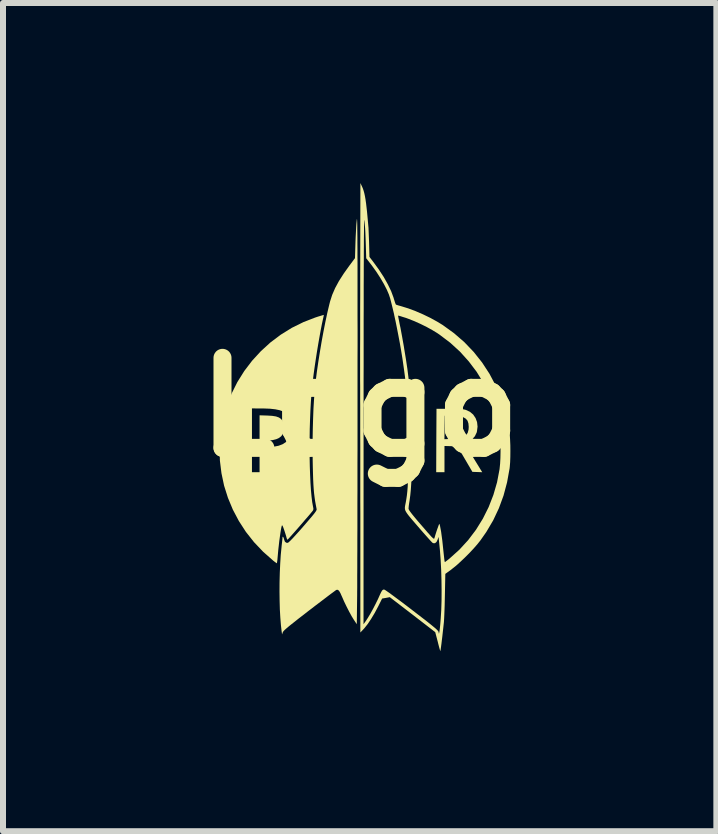
<source format=kicad_pcb>
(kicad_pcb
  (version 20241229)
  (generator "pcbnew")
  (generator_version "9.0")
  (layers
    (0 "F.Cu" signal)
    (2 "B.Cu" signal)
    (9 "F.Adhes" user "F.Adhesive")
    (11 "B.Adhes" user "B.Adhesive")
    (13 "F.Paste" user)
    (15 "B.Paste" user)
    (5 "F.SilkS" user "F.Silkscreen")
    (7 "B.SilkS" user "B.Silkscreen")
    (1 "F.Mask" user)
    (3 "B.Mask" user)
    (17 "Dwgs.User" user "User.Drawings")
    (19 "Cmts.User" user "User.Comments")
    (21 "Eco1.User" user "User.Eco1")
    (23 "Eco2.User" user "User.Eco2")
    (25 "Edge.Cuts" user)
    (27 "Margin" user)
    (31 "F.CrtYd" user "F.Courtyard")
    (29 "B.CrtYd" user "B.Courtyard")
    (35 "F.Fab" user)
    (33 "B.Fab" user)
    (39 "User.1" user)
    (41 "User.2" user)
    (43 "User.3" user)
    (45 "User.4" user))
  (footprint "Logo"
    (layer "F.Cu")
    (at 2.943 3.734)
    (property "Reference" "Logo" (at 0 0 0) (layer "F.SilkS") (effects (font (size 1.5 1.5) (thickness 0.3))))
    (attr board_only exclude_from_pos_files exclude_from_bom)
    (fp_poly (pts (xy -1.538 0.14) (xy -1.457 0.145) (xy -1.394 0.155) (xy -1.346 0.172) (xy -1.311 0.196) (xy -1.287 0.226) (xy -1.264 0.281) (xy -1.257 0.341) (xy -1.264 0.4) (xy -1.285 0.454) (xy -1.31 0.487) (xy -1.346 0.514) (xy -1.39 0.534) (xy -1.446 0.548) (xy -1.518 0.557) (xy -1.553 0.56) (xy -1.668 0.566) (xy -1.668 0.351) (xy -1.668 0.136)) (stroke (width 0) (type solid)) (fill yes) (layer "F.SilkS"))
    (fp_poly (pts (xy 1.493 0.027) (xy 1.57 0.027) (xy 1.63 0.028) (xy 1.677 0.031) (xy 1.713 0.034) (xy 1.742 0.039) (xy 1.769 0.046) (xy 1.769 0.046) (xy 1.836 0.077) (xy 1.891 0.123) (xy 1.931 0.182) (xy 1.956 0.25) (xy 1.964 0.325) (xy 1.954 0.404) (xy 1.95 0.421) (xy 1.92 0.484) (xy 1.871 0.539) (xy 1.809 0.582) (xy 1.753 0.612) (xy 1.876 0.813) (xy 1.913 0.874) (xy 1.948 0.931) (xy 1.978 0.98) (xy 2.002 1.019) (xy 2.017 1.044) (xy 2.021 1.05) (xy 2.042 1.084) (xy 1.96 1.081) (xy 1.878 1.078) (xy 1.754 0.866) (xy 1.629 0.653) (xy 1.521 0.65) (xy 1.413 0.647) (xy 1.413 0.865) (xy 1.413 1.084) (xy 1.344 1.084) (xy 1.275 1.084) (xy 1.277 0.555) (xy 1.277 0.534) (xy 1.412 0.534) (xy 1.548 0.529) (xy 1.606 0.527) (xy 1.648 0.524) (xy 1.679 0.52) (xy 1.702 0.513) (xy 1.724 0.503) (xy 1.731 0.499) (xy 1.773 0.467) (xy 1.8 0.427) (xy 1.814 0.375) (xy 1.817 0.329) (xy 1.812 0.272) (xy 1.797 0.226) (xy 1.769 0.193) (xy 1.728 0.169) (xy 1.67 0.153) (xy 1.595 0.146) (xy 1.546 0.145) (xy 1.418 0.143) (xy 1.415 0.339) (xy 1.412 0.534) (xy 1.277 0.534) (xy 1.28 0.027)) (stroke (width 0) (type solid)) (fill yes) (layer "F.SilkS"))
    (fp_poly (pts (xy -0.599 -1.526) (xy -0.604 -1.5) (xy -0.612 -1.466) (xy -0.629 -1.387) (xy -0.648 -1.29) (xy -0.668 -1.18) (xy -0.689 -1.061) (xy -0.71 -0.935) (xy -0.73 -0.807) (xy -0.749 -0.68) (xy -0.766 -0.559) (xy -0.78 -0.447) (xy -0.791 -0.356) (xy -0.803 -0.229) (xy -0.813 -0.091) (xy -0.821 0.055) (xy -0.827 0.208) (xy -0.832 0.365) (xy -0.834 0.523) (xy -0.835 0.681) (xy -0.834 0.836) (xy -0.831 0.986) (xy -0.826 1.129) (xy -0.82 1.262) (xy -0.812 1.384) (xy -0.802 1.491) (xy -0.791 1.582) (xy -0.778 1.654) (xy -0.776 1.663) (xy -0.771 1.694) (xy -0.775 1.716) (xy -0.784 1.729) (xy -0.801 1.75) (xy -0.828 1.783) (xy -0.863 1.824) (xy -0.905 1.872) (xy -0.95 1.925) (xy -0.997 1.979) (xy -1.044 2.033) (xy -1.088 2.083) (xy -1.128 2.128) (xy -1.162 2.166) (xy -1.187 2.193) (xy -1.201 2.207) (xy -1.203 2.209) (xy -1.21 2.2) (xy -1.217 2.18) (xy -1.223 2.158) (xy -1.234 2.121) (xy -1.248 2.077) (xy -1.256 2.052) (xy -1.272 2.007) (xy -1.284 1.979) (xy -1.291 1.969) (xy -1.297 1.973) (xy -1.297 1.974) (xy -1.304 1.999) (xy -1.312 2.041) (xy -1.321 2.097) (xy -1.33 2.162) (xy -1.34 2.233) (xy -1.348 2.306) (xy -1.356 2.376) (xy -1.362 2.44) (xy -1.362 2.443) (xy -1.367 2.498) (xy -1.371 2.545) (xy -1.376 2.58) (xy -1.379 2.599) (xy -1.38 2.602) (xy -1.391 2.595) (xy -1.413 2.579) (xy -1.439 2.559) (xy -1.608 2.41) (xy -1.76 2.25) (xy -1.896 2.078) (xy -2.013 1.897) (xy -2.113 1.708) (xy -2.195 1.511) (xy -2.259 1.309) (xy -2.303 1.101) (xy -2.329 0.89) (xy -2.334 0.677) (xy -2.32 0.462) (xy -2.286 0.247) (xy -2.231 0.033) (xy -2.227 0.021) (xy -1.795 0.021) (xy -1.795 0.552) (xy -1.795 1.084) (xy -1.732 1.084) (xy -1.668 1.084) (xy -1.668 0.878) (xy -1.668 0.672) (xy -1.532 0.667) (xy -1.433 0.659) (xy -1.351 0.643) (xy -1.285 0.618) (xy -1.232 0.584) (xy -1.189 0.538) (xy -1.163 0.498) (xy -1.148 0.47) (xy -1.139 0.445) (xy -1.134 0.418) (xy -1.132 0.382) (xy -1.131 0.335) (xy -1.132 0.283) (xy -1.135 0.247) (xy -1.14 0.22) (xy -1.15 0.197) (xy -1.158 0.181) (xy -1.188 0.137) (xy -1.226 0.1) (xy -1.274 0.072) (xy -1.333 0.051) (xy -1.405 0.036) (xy -1.494 0.026) (xy -1.6 0.022) (xy -1.649 0.022) (xy -1.795 0.021) (xy -2.227 0.021) (xy -2.214 -0.02) (xy -2.135 -0.224) (xy -2.038 -0.418) (xy -1.923 -0.602) (xy -1.792 -0.774) (xy -1.646 -0.933) (xy -1.487 -1.078) (xy -1.314 -1.208) (xy -1.13 -1.322) (xy -0.935 -1.418) (xy -0.744 -1.492) (xy -0.693 -1.509) (xy -0.649 -1.522) (xy -0.617 -1.532) (xy -0.6 -1.537) (xy -0.598 -1.537)) (stroke (width 0) (type solid)) (fill yes) (layer "F.SilkS"))
    (fp_poly (pts (xy -0.044 -3.128) (xy -0.043 -3.115) (xy -0.042 -3.093) (xy -0.041 -3.061) (xy -0.04 -3.02) (xy -0.04 -2.968) (xy -0.039 -2.905) (xy -0.038 -2.829) (xy -0.038 -2.742) (xy -0.037 -2.641) (xy -0.037 -2.526) (xy -0.036 -2.397) (xy -0.036 -2.253) (xy -0.036 -2.094) (xy -0.036 -1.917) (xy -0.036 -1.724) (xy -0.036 -1.513) (xy -0.035 -1.284) (xy -0.035 -1.036) (xy -0.036 -0.768) (xy -0.036 -0.481) (xy -0.036 -0.297) (xy -0.036 -0.043) (xy -0.036 0.21) (xy -0.036 0.459) (xy -0.036 0.704) (xy -0.037 0.943) (xy -0.037 1.176) (xy -0.037 1.401) (xy -0.038 1.618) (xy -0.038 1.825) (xy -0.038 2.021) (xy -0.039 2.206) (xy -0.039 2.377) (xy -0.04 2.535) (xy -0.04 2.678) (xy -0.041 2.804) (xy -0.041 2.914) (xy -0.041 3.006) (xy -0.042 3.078) (xy -0.042 3.129) (xy -0.048 3.617) (xy -0.097 3.543) (xy -0.134 3.483) (xy -0.175 3.408) (xy -0.218 3.324) (xy -0.26 3.237) (xy -0.297 3.152) (xy -0.298 3.151) (xy -0.321 3.099) (xy -0.34 3.066) (xy -0.357 3.048) (xy -0.374 3.042) (xy -0.39 3.046) (xy -0.402 3.054) (xy -0.429 3.074) (xy -0.47 3.104) (xy -0.522 3.143) (xy -0.585 3.191) (xy -0.656 3.245) (xy -0.734 3.304) (xy -0.817 3.368) (xy -0.841 3.386) (xy -0.94 3.463) (xy -1.023 3.527) (xy -1.092 3.582) (xy -1.148 3.626) (xy -1.192 3.662) (xy -1.226 3.691) (xy -1.251 3.713) (xy -1.267 3.73) (xy -1.277 3.743) (xy -1.282 3.753) (xy -1.293 3.787) (xy -1.3 3.739) (xy -1.312 3.634) (xy -1.322 3.51) (xy -1.33 3.373) (xy -1.334 3.226) (xy -1.336 3.072) (xy -1.335 2.915) (xy -1.331 2.759) (xy -1.324 2.607) (xy -1.315 2.463) (xy -1.302 2.331) (xy -1.301 2.317) (xy -1.295 2.265) (xy -1.29 2.22) (xy -1.287 2.187) (xy -1.286 2.17) (xy -1.286 2.169) (xy -1.282 2.158) (xy -1.275 2.163) (xy -1.266 2.18) (xy -1.26 2.203) (xy -1.246 2.241) (xy -1.223 2.259) (xy -1.199 2.261) (xy -1.184 2.252) (xy -1.157 2.227) (xy -1.117 2.186) (xy -1.064 2.128) (xy -0.998 2.055) (xy -0.943 1.992) (xy -0.879 1.918) (xy -0.828 1.858) (xy -0.788 1.811) (xy -0.758 1.774) (xy -0.738 1.747) (xy -0.725 1.727) (xy -0.718 1.712) (xy -0.717 1.702) (xy -0.717 1.7) (xy -0.731 1.628) (xy -0.743 1.562) (xy -0.752 1.497) (xy -0.76 1.433) (xy -0.766 1.364) (xy -0.771 1.288) (xy -0.775 1.203) (xy -0.778 1.104) (xy -0.781 0.99) (xy -0.783 0.887) (xy -0.784 0.712) (xy -0.784 0.534) (xy -0.781 0.359) (xy -0.776 0.188) (xy -0.77 0.027) (xy -0.761 -0.122) (xy -0.751 -0.255) (xy -0.748 -0.292) (xy -0.733 -0.435) (xy -0.713 -0.591) (xy -0.689 -0.756) (xy -0.662 -0.926) (xy -0.633 -1.098) (xy -0.602 -1.266) (xy -0.57 -1.427) (xy -0.538 -1.577) (xy -0.506 -1.711) (xy -0.493 -1.762) (xy -0.458 -1.871) (xy -0.409 -1.984) (xy -0.345 -2.102) (xy -0.265 -2.227) (xy -0.176 -2.352) (xy -0.078 -2.483) (xy -0.07 -2.747) (xy -0.067 -2.828) (xy -0.063 -2.908) (xy -0.059 -2.984) (xy -0.055 -3.051) (xy -0.05 -3.103) (xy -0.048 -3.123) (xy -0.047 -3.132) (xy -0.045 -3.134)) (stroke (width 0) (type solid)) (fill yes) (layer "F.SilkS"))
    (fp_poly (pts (xy 0.039 -3.676) (xy 0.054 -3.641) (xy 0.066 -3.605) (xy 0.077 -3.565) (xy 0.087 -3.519) (xy 0.097 -3.462) (xy 0.107 -3.391) (xy 0.117 -3.304) (xy 0.122 -3.261) (xy 0.147 -2.987) (xy 0.156 -2.763) (xy 0.163 -2.503) (xy 0.229 -2.417) (xy 0.32 -2.292) (xy 0.401 -2.168) (xy 0.469 -2.047) (xy 0.524 -1.933) (xy 0.563 -1.828) (xy 0.568 -1.811) (xy 0.581 -1.769) (xy 0.592 -1.735) (xy 0.601 -1.714) (xy 0.603 -1.71) (xy 0.616 -1.704) (xy 0.645 -1.695) (xy 0.684 -1.684) (xy 0.701 -1.679) (xy 0.811 -1.645) (xy 0.931 -1.6) (xy 1.056 -1.546) (xy 1.18 -1.486) (xy 1.296 -1.422) (xy 1.384 -1.368) (xy 1.571 -1.233) (xy 1.743 -1.084) (xy 1.899 -0.921) (xy 2.039 -0.745) (xy 2.162 -0.557) (xy 2.268 -0.357) (xy 2.357 -0.147) (xy 2.427 0.074) (xy 2.479 0.303) (xy 2.492 0.382) (xy 2.501 0.453) (xy 2.506 0.538) (xy 2.51 0.633) (xy 2.511 0.731) (xy 2.51 0.828) (xy 2.507 0.917) (xy 2.501 0.993) (xy 2.498 1.02) (xy 2.456 1.252) (xy 2.397 1.473) (xy 2.32 1.683) (xy 2.225 1.885) (xy 2.11 2.08) (xy 2.012 2.22) (xy 1.961 2.284) (xy 1.899 2.355) (xy 1.828 2.431) (xy 1.753 2.506) (xy 1.677 2.578) (xy 1.606 2.642) (xy 1.542 2.693) (xy 1.529 2.704) (xy 1.427 2.778) (xy 1.42 3.123) (xy 1.418 3.213) (xy 1.416 3.302) (xy 1.413 3.387) (xy 1.41 3.462) (xy 1.407 3.526) (xy 1.404 3.573) (xy 1.403 3.585) (xy 1.398 3.631) (xy 1.392 3.686) (xy 1.385 3.748) (xy 1.378 3.813) (xy 1.37 3.877) (xy 1.363 3.937) (xy 1.356 3.99) (xy 1.35 4.031) (xy 1.346 4.058) (xy 1.344 4.066) (xy 1.341 4.057) (xy 1.333 4.032) (xy 1.322 3.992) (xy 1.309 3.942) (xy 1.301 3.909) (xy 1.259 3.749) (xy 0.881 3.457) (xy 0.502 3.166) (xy 0.438 3.178) (xy 0.374 3.189) (xy 0.309 3.319) (xy 0.251 3.428) (xy 0.192 3.526) (xy 0.135 3.612) (xy 0.081 3.68) (xy 0.066 3.697) (xy 0.011 3.755) (xy 0.011 3.617) (xy 0.064 3.617) (xy 0.102 3.564) (xy 0.137 3.51) (xy 0.178 3.442) (xy 0.221 3.364) (xy 0.263 3.283) (xy 0.302 3.204) (xy 0.312 3.182) (xy 0.337 3.126) (xy 0.356 3.086) (xy 0.37 3.061) (xy 0.382 3.047) (xy 0.393 3.04) (xy 0.405 3.04) (xy 0.411 3.04) (xy 0.424 3.047) (xy 0.452 3.066) (xy 0.494 3.095) (xy 0.547 3.134) (xy 0.61 3.181) (xy 0.682 3.234) (xy 0.76 3.293) (xy 0.844 3.357) (xy 0.871 3.378) (xy 0.971 3.455) (xy 1.054 3.519) (xy 1.124 3.573) (xy 1.18 3.618) (xy 1.224 3.654) (xy 1.258 3.682) (xy 1.283 3.705) (xy 1.299 3.721) (xy 1.309 3.734) (xy 1.314 3.743) (xy 1.314 3.745) (xy 1.321 3.777) (xy 1.329 3.739) (xy 1.332 3.716) (xy 1.337 3.676) (xy 1.342 3.625) (xy 1.347 3.565) (xy 1.35 3.527) (xy 1.359 3.385) (xy 1.364 3.228) (xy 1.365 3.06) (xy 1.363 2.887) (xy 1.358 2.713) (xy 1.349 2.544) (xy 1.337 2.384) (xy 1.326 2.273) (xy 1.314 2.162) (xy 1.299 2.207) (xy 1.28 2.246) (xy 1.255 2.267) (xy 1.228 2.267) (xy 1.218 2.263) (xy 1.205 2.252) (xy 1.181 2.227) (xy 1.147 2.189) (xy 1.105 2.142) (xy 1.056 2.087) (xy 1.002 2.025) (xy 0.972 1.99) (xy 0.91 1.918) (xy 0.86 1.86) (xy 0.821 1.813) (xy 0.793 1.776) (xy 0.773 1.746) (xy 0.76 1.72) (xy 0.754 1.697) (xy 0.753 1.673) (xy 0.756 1.647) (xy 0.762 1.616) (xy 0.768 1.587) (xy 0.778 1.529) (xy 0.787 1.467) (xy 0.794 1.401) (xy 0.8 1.327) (xy 0.804 1.243) (xy 0.808 1.147) (xy 0.81 1.038) (xy 0.811 0.913) (xy 0.812 0.77) (xy 0.812 0.685) (xy 0.811 0.495) (xy 0.809 0.323) (xy 0.805 0.166) (xy 0.799 0.021) (xy 0.792 -0.115) (xy 0.782 -0.246) (xy 0.77 -0.375) (xy 0.755 -0.505) (xy 0.737 -0.638) (xy 0.717 -0.778) (xy 0.711 -0.818) (xy 0.691 -0.941) (xy 0.669 -1.067) (xy 0.645 -1.193) (xy 0.621 -1.317) (xy 0.597 -1.436) (xy 0.577 -1.526) (xy 0.64 -1.526) (xy 0.641 -1.515) (xy 0.646 -1.487) (xy 0.654 -1.446) (xy 0.664 -1.395) (xy 0.668 -1.375) (xy 0.68 -1.32) (xy 0.693 -1.249) (xy 0.708 -1.168) (xy 0.723 -1.084) (xy 0.738 -1) (xy 0.742 -0.972) (xy 0.77 -0.802) (xy 0.794 -0.643) (xy 0.813 -0.491) (xy 0.83 -0.343) (xy 0.843 -0.195) (xy 0.853 -0.043) (xy 0.861 0.115) (xy 0.866 0.283) (xy 0.87 0.465) (xy 0.871 0.664) (xy 0.871 0.707) (xy 0.87 0.876) (xy 0.868 1.025) (xy 0.864 1.158) (xy 0.859 1.274) (xy 0.852 1.378) (xy 0.843 1.469) (xy 0.832 1.551) (xy 0.824 1.6) (xy 0.818 1.644) (xy 0.815 1.677) (xy 0.814 1.69) (xy 0.817 1.702) (xy 0.827 1.721) (xy 0.847 1.749) (xy 0.876 1.787) (xy 0.916 1.836) (xy 0.968 1.898) (xy 1.025 1.964) (xy 1.085 2.033) (xy 1.132 2.088) (xy 1.169 2.129) (xy 1.196 2.159) (xy 1.216 2.178) (xy 1.229 2.189) (xy 1.237 2.192) (xy 1.242 2.19) (xy 1.245 2.183) (xy 1.246 2.181) (xy 1.26 2.132) (xy 1.276 2.082) (xy 1.292 2.034) (xy 1.307 1.993) (xy 1.318 1.962) (xy 1.326 1.946) (xy 1.327 1.944) (xy 1.332 1.954) (xy 1.339 1.98) (xy 1.346 2.018) (xy 1.352 2.048) (xy 1.358 2.083) (xy 1.363 2.122) (xy 1.369 2.166) (xy 1.376 2.218) (xy 1.383 2.282) (xy 1.391 2.359) (xy 1.401 2.453) (xy 1.409 2.526) (xy 1.413 2.557) (xy 1.417 2.577) (xy 1.42 2.581) (xy 1.43 2.575) (xy 1.452 2.558) (xy 1.483 2.534) (xy 1.501 2.519) (xy 1.661 2.375) (xy 1.807 2.216) (xy 1.938 2.043) (xy 2.052 1.859) (xy 2.149 1.665) (xy 2.228 1.462) (xy 2.289 1.252) (xy 2.33 1.037) (xy 2.332 1.02) (xy 2.34 0.94) (xy 2.345 0.845) (xy 2.347 0.742) (xy 2.346 0.637) (xy 2.342 0.536) (xy 2.335 0.445) (xy 2.331 0.413) (xy 2.293 0.198) (xy 2.234 -0.011) (xy 2.157 -0.213) (xy 2.061 -0.406) (xy 1.948 -0.59) (xy 1.817 -0.763) (xy 1.671 -0.925) (xy 1.509 -1.073) (xy 1.332 -1.207) (xy 1.291 -1.235) (xy 1.21 -1.284) (xy 1.116 -1.336) (xy 1.015 -1.386) (xy 0.913 -1.432) (xy 0.817 -1.47) (xy 0.771 -1.487) (xy 0.722 -1.502) (xy 0.682 -1.515) (xy 0.653 -1.523) (xy 0.641 -1.526) (xy 0.64 -1.526) (xy 0.577 -1.526) (xy 0.573 -1.548) (xy 0.549 -1.649) (xy 0.527 -1.738) (xy 0.508 -1.812) (xy 0.49 -1.867) (xy 0.488 -1.874) (xy 0.452 -1.958) (xy 0.403 -2.053) (xy 0.343 -2.155) (xy 0.275 -2.26) (xy 0.2 -2.364) (xy 0.175 -2.396) (xy 0.109 -2.481) (xy 0.101 -2.742) (xy 0.098 -2.822) (xy 0.095 -2.901) (xy 0.091 -2.976) (xy 0.086 -3.04) (xy 0.082 -3.09) (xy 0.08 -3.109) (xy 0.079 -3.116) (xy 0.077 -3.116) (xy 0.076 -3.108) (xy 0.075 -3.091) (xy 0.074 -3.066) (xy 0.073 -3.031) (xy 0.072 -2.986) (xy 0.072 -2.931) (xy 0.071 -2.864) (xy 0.07 -2.785) (xy 0.07 -2.694) (xy 0.069 -2.59) (xy 0.069 -2.472) (xy 0.068 -2.34) (xy 0.068 -2.193) (xy 0.067 -2.031) (xy 0.067 -1.853) (xy 0.067 -1.658) (xy 0.066 -1.446) (xy 0.066 -1.217) (xy 0.066 -0.969) (xy 0.066 -0.702) (xy 0.065 -0.415) (xy 0.065 -0.109) (xy 0.065 0.202) (xy 0.064 3.617) (xy 0.011 3.617) (xy 0.011 1.965) (xy 0.011 1.765) (xy 0.01 1.566) (xy 0.01 1.37) (xy 0.01 1.178) (xy 0.01 0.992) (xy 0.01 0.813) (xy 0.01 0.644) (xy 0.009 0.484) (xy 0.009 0.336) (xy 0.009 0.2) (xy 0.009 0.08) (xy 0.009 -0.025) (xy 0.008 -0.113) (xy 0.008 -0.181) (xy 0.008 -0.218) (xy 0.008 -0.276) (xy 0.008 -0.353) (xy 0.007 -0.448) (xy 0.007 -0.56) (xy 0.007 -0.687) (xy 0.007 -0.827) (xy 0.007 -0.978) (xy 0.008 -1.14) (xy 0.008 -1.31) (xy 0.008 -1.487) (xy 0.008 -1.669) (xy 0.009 -1.855) (xy 0.009 -2.043) (xy 0.009 -2.172) (xy 0.012 -3.734)) (stroke (width 0) (type solid)) (fill yes) (layer "F.SilkS")))
  (gr_rect
    (start -3 -3)
    (end 8.886 10.8)
    (stroke (width 0.1) (type default))
    (fill no)
    (layer "Edge.Cuts")))
</source>
